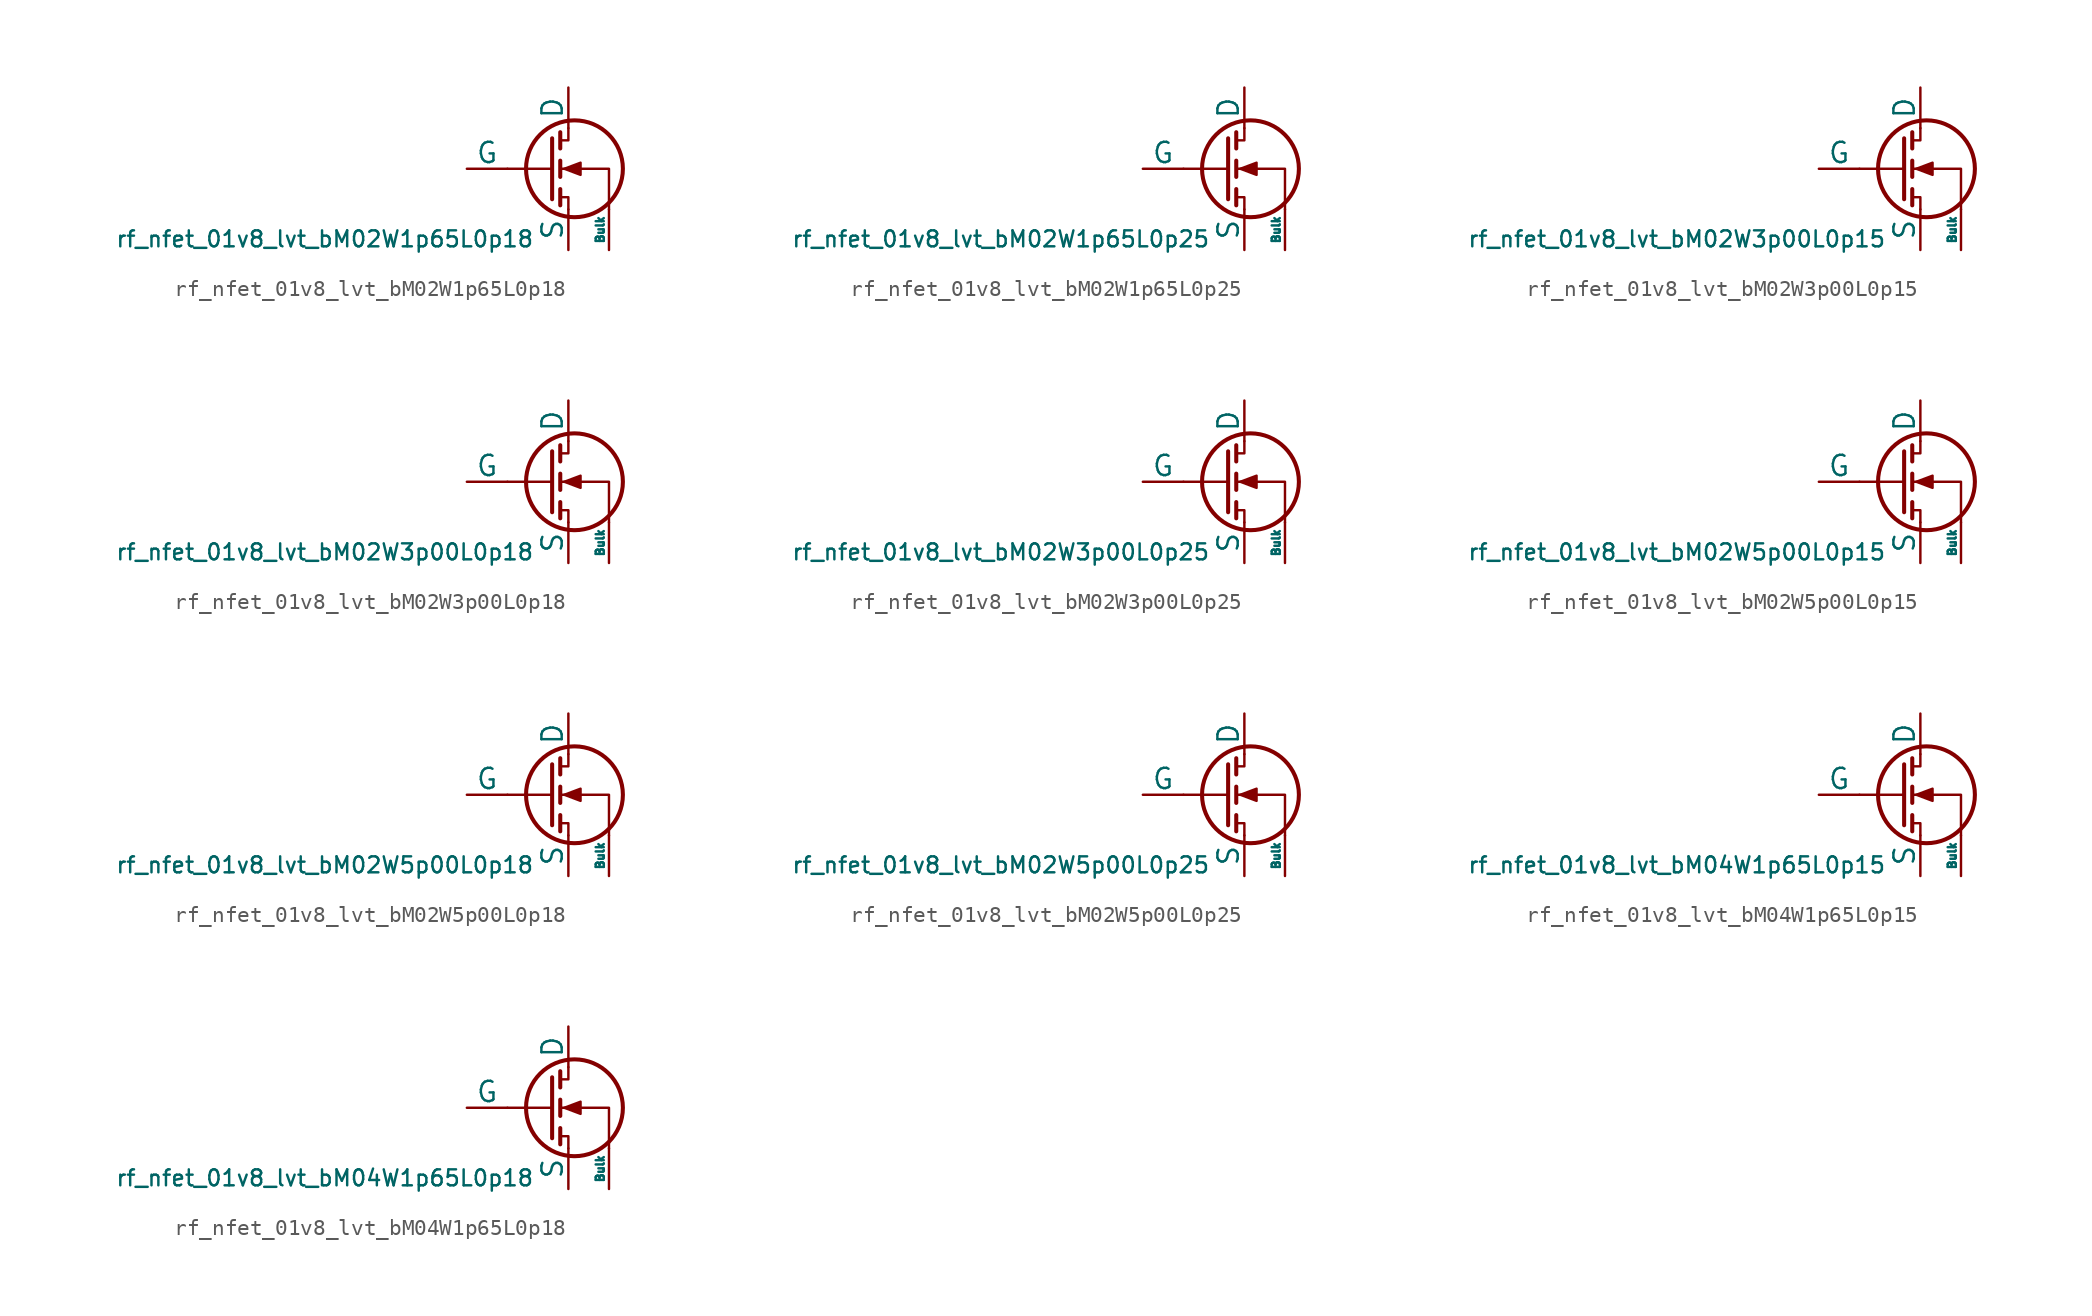
<source format=kicad_sym>
(kicad_symbol_lib
  (version 20211014)
  (generator pdk2kicad)
  (symbol "rf_nfet_01v8_lvt_bM02W1p65L0p18"
    (pin_numbers hide)
    (pin_names
      (offset 0))
    (property "Reference" "Q"
      (at 0 0 0)
      (effects (font (size 1 1)) hide))
    (property "Value" "rf_nfet_01v8_lvt_bM02W1p65L0p18"
      (at -12.7 -3.81 0)
      (effects (font (size 1 1)) (justify top)))
    (polyline
      (pts (xy 1.524 0) (xy -1.27 0))
      (stroke (width 0) (type default))
      (fill (type none)))
    (polyline
      (pts (xy 1.524 1.905) (xy 1.524 -1.905))
      (stroke (width 0.254) (type default))
      (fill (type none)))
    (polyline
      (pts (xy 2.032 -1.27) (xy 2.032 -2.286))
      (stroke (width 0.254) (type default))
      (fill (type none)))
    (polyline
      (pts (xy 2.032 0.508) (xy 2.032 -0.508))
      (stroke (width 0.254) (type default))
      (fill (type none)))
    (polyline
      (pts (xy 2.032 2.286) (xy 2.032 1.27))
      (stroke (width 0.254) (type default))
      (fill (type none)))
    (polyline
      (pts (xy 2.032 1.778) (xy 2.54 1.778) (xy 2.54 2.54))
      (stroke (width 0) (type default))
      (fill (type none)))
    (polyline
      (pts (xy 2.54 -2.54) (xy 2.54 -1.778) (xy 2.032 -1.778))
      (stroke (width 0) (type default))
      (fill (type none)))
    (polyline
      (pts (xy 5.08 -2.54) (xy 5.08 0) (xy 2.032 0))
      (stroke (width 0) (type default))
      (fill (type none)))
    (polyline
      (pts (xy 2.286 0) (xy 3.302 0.381) (xy 3.302 -0.381) (xy 2.286 0))
      (stroke (width 0) (type default))
      (fill (type outline)))
    (circle
      (center 2.921 0)
      (radius 3.029)
      (stroke (width 0.254) (type default))
      (fill (type none)))
    (pin passive line
      (at 2.54 5.08 270)
      (length 2.54)
      (name "D" (effects (font (size 1.27 1.27))))
      (number "1" (effects (font (size 1.27 1.27)))))
    (pin input line
      (at -3.81 0 0)
      (length 2.54)
      (name "G" (effects (font (size 1.27 1.27))))
      (number "2" (effects (font (size 1.27 1.27)))))
    (pin passive line
      (at 2.54 -5.08 90)
      (length 2.54)
      (name "S" (effects (font (size 1.27 1.27))))
      (number "3" (effects (font (size 1.27 1.27)))))
    (pin input line
      (at 5.08 -5.08 90)
      (length 2.54)
      (name "Bulk" (effects (font (size 0.508 0.508))))
      (number "4" (effects (font (size 1.27 1.27))))))
  (symbol "rf_nfet_01v8_lvt_bM02W1p65L0p25"
    (pin_numbers hide)
    (pin_names
      (offset 0))
    (property "Reference" "Q"
      (at 0 0 0)
      (effects (font (size 1 1)) hide))
    (property "Value" "rf_nfet_01v8_lvt_bM02W1p65L0p25"
      (at -12.7 -3.81 0)
      (effects (font (size 1 1)) (justify top)))
    (polyline
      (pts (xy 1.524 0) (xy -1.27 0))
      (stroke (width 0) (type default))
      (fill (type none)))
    (polyline
      (pts (xy 1.524 1.905) (xy 1.524 -1.905))
      (stroke (width 0.254) (type default))
      (fill (type none)))
    (polyline
      (pts (xy 2.032 -1.27) (xy 2.032 -2.286))
      (stroke (width 0.254) (type default))
      (fill (type none)))
    (polyline
      (pts (xy 2.032 0.508) (xy 2.032 -0.508))
      (stroke (width 0.254) (type default))
      (fill (type none)))
    (polyline
      (pts (xy 2.032 2.286) (xy 2.032 1.27))
      (stroke (width 0.254) (type default))
      (fill (type none)))
    (polyline
      (pts (xy 2.032 1.778) (xy 2.54 1.778) (xy 2.54 2.54))
      (stroke (width 0) (type default))
      (fill (type none)))
    (polyline
      (pts (xy 2.54 -2.54) (xy 2.54 -1.778) (xy 2.032 -1.778))
      (stroke (width 0) (type default))
      (fill (type none)))
    (polyline
      (pts (xy 5.08 -2.54) (xy 5.08 0) (xy 2.032 0))
      (stroke (width 0) (type default))
      (fill (type none)))
    (polyline
      (pts (xy 2.286 0) (xy 3.302 0.381) (xy 3.302 -0.381) (xy 2.286 0))
      (stroke (width 0) (type default))
      (fill (type outline)))
    (circle
      (center 2.921 0)
      (radius 3.029)
      (stroke (width 0.254) (type default))
      (fill (type none)))
    (pin passive line
      (at 2.54 5.08 270)
      (length 2.54)
      (name "D" (effects (font (size 1.27 1.27))))
      (number "1" (effects (font (size 1.27 1.27)))))
    (pin input line
      (at -3.81 0 0)
      (length 2.54)
      (name "G" (effects (font (size 1.27 1.27))))
      (number "2" (effects (font (size 1.27 1.27)))))
    (pin passive line
      (at 2.54 -5.08 90)
      (length 2.54)
      (name "S" (effects (font (size 1.27 1.27))))
      (number "3" (effects (font (size 1.27 1.27)))))
    (pin input line
      (at 5.08 -5.08 90)
      (length 2.54)
      (name "Bulk" (effects (font (size 0.508 0.508))))
      (number "4" (effects (font (size 1.27 1.27))))))
  (symbol "rf_nfet_01v8_lvt_bM02W3p00L0p15"
    (pin_numbers hide)
    (pin_names
      (offset 0))
    (property "Reference" "Q"
      (at 0 0 0)
      (effects (font (size 1 1)) hide))
    (property "Value" "rf_nfet_01v8_lvt_bM02W3p00L0p15"
      (at -12.7 -3.81 0)
      (effects (font (size 1 1)) (justify top)))
    (polyline
      (pts (xy 1.524 0) (xy -1.27 0))
      (stroke (width 0) (type default))
      (fill (type none)))
    (polyline
      (pts (xy 1.524 1.905) (xy 1.524 -1.905))
      (stroke (width 0.254) (type default))
      (fill (type none)))
    (polyline
      (pts (xy 2.032 -1.27) (xy 2.032 -2.286))
      (stroke (width 0.254) (type default))
      (fill (type none)))
    (polyline
      (pts (xy 2.032 0.508) (xy 2.032 -0.508))
      (stroke (width 0.254) (type default))
      (fill (type none)))
    (polyline
      (pts (xy 2.032 2.286) (xy 2.032 1.27))
      (stroke (width 0.254) (type default))
      (fill (type none)))
    (polyline
      (pts (xy 2.032 1.778) (xy 2.54 1.778) (xy 2.54 2.54))
      (stroke (width 0) (type default))
      (fill (type none)))
    (polyline
      (pts (xy 2.54 -2.54) (xy 2.54 -1.778) (xy 2.032 -1.778))
      (stroke (width 0) (type default))
      (fill (type none)))
    (polyline
      (pts (xy 5.08 -2.54) (xy 5.08 0) (xy 2.032 0))
      (stroke (width 0) (type default))
      (fill (type none)))
    (polyline
      (pts (xy 2.286 0) (xy 3.302 0.381) (xy 3.302 -0.381) (xy 2.286 0))
      (stroke (width 0) (type default))
      (fill (type outline)))
    (circle
      (center 2.921 0)
      (radius 3.029)
      (stroke (width 0.254) (type default))
      (fill (type none)))
    (pin passive line
      (at 2.54 5.08 270)
      (length 2.54)
      (name "D" (effects (font (size 1.27 1.27))))
      (number "1" (effects (font (size 1.27 1.27)))))
    (pin input line
      (at -3.81 0 0)
      (length 2.54)
      (name "G" (effects (font (size 1.27 1.27))))
      (number "2" (effects (font (size 1.27 1.27)))))
    (pin passive line
      (at 2.54 -5.08 90)
      (length 2.54)
      (name "S" (effects (font (size 1.27 1.27))))
      (number "3" (effects (font (size 1.27 1.27)))))
    (pin input line
      (at 5.08 -5.08 90)
      (length 2.54)
      (name "Bulk" (effects (font (size 0.508 0.508))))
      (number "4" (effects (font (size 1.27 1.27))))))
  (symbol "rf_nfet_01v8_lvt_bM02W3p00L0p18"
    (pin_numbers hide)
    (pin_names
      (offset 0))
    (property "Reference" "Q"
      (at 0 0 0)
      (effects (font (size 1 1)) hide))
    (property "Value" "rf_nfet_01v8_lvt_bM02W3p00L0p18"
      (at -12.7 -3.81 0)
      (effects (font (size 1 1)) (justify top)))
    (polyline
      (pts (xy 1.524 0) (xy -1.27 0))
      (stroke (width 0) (type default))
      (fill (type none)))
    (polyline
      (pts (xy 1.524 1.905) (xy 1.524 -1.905))
      (stroke (width 0.254) (type default))
      (fill (type none)))
    (polyline
      (pts (xy 2.032 -1.27) (xy 2.032 -2.286))
      (stroke (width 0.254) (type default))
      (fill (type none)))
    (polyline
      (pts (xy 2.032 0.508) (xy 2.032 -0.508))
      (stroke (width 0.254) (type default))
      (fill (type none)))
    (polyline
      (pts (xy 2.032 2.286) (xy 2.032 1.27))
      (stroke (width 0.254) (type default))
      (fill (type none)))
    (polyline
      (pts (xy 2.032 1.778) (xy 2.54 1.778) (xy 2.54 2.54))
      (stroke (width 0) (type default))
      (fill (type none)))
    (polyline
      (pts (xy 2.54 -2.54) (xy 2.54 -1.778) (xy 2.032 -1.778))
      (stroke (width 0) (type default))
      (fill (type none)))
    (polyline
      (pts (xy 5.08 -2.54) (xy 5.08 0) (xy 2.032 0))
      (stroke (width 0) (type default))
      (fill (type none)))
    (polyline
      (pts (xy 2.286 0) (xy 3.302 0.381) (xy 3.302 -0.381) (xy 2.286 0))
      (stroke (width 0) (type default))
      (fill (type outline)))
    (circle
      (center 2.921 0)
      (radius 3.029)
      (stroke (width 0.254) (type default))
      (fill (type none)))
    (pin passive line
      (at 2.54 5.08 270)
      (length 2.54)
      (name "D" (effects (font (size 1.27 1.27))))
      (number "1" (effects (font (size 1.27 1.27)))))
    (pin input line
      (at -3.81 0 0)
      (length 2.54)
      (name "G" (effects (font (size 1.27 1.27))))
      (number "2" (effects (font (size 1.27 1.27)))))
    (pin passive line
      (at 2.54 -5.08 90)
      (length 2.54)
      (name "S" (effects (font (size 1.27 1.27))))
      (number "3" (effects (font (size 1.27 1.27)))))
    (pin input line
      (at 5.08 -5.08 90)
      (length 2.54)
      (name "Bulk" (effects (font (size 0.508 0.508))))
      (number "4" (effects (font (size 1.27 1.27))))))
  (symbol "rf_nfet_01v8_lvt_bM02W3p00L0p25"
    (pin_numbers hide)
    (pin_names
      (offset 0))
    (property "Reference" "Q"
      (at 0 0 0)
      (effects (font (size 1 1)) hide))
    (property "Value" "rf_nfet_01v8_lvt_bM02W3p00L0p25"
      (at -12.7 -3.81 0)
      (effects (font (size 1 1)) (justify top)))
    (polyline
      (pts (xy 1.524 0) (xy -1.27 0))
      (stroke (width 0) (type default))
      (fill (type none)))
    (polyline
      (pts (xy 1.524 1.905) (xy 1.524 -1.905))
      (stroke (width 0.254) (type default))
      (fill (type none)))
    (polyline
      (pts (xy 2.032 -1.27) (xy 2.032 -2.286))
      (stroke (width 0.254) (type default))
      (fill (type none)))
    (polyline
      (pts (xy 2.032 0.508) (xy 2.032 -0.508))
      (stroke (width 0.254) (type default))
      (fill (type none)))
    (polyline
      (pts (xy 2.032 2.286) (xy 2.032 1.27))
      (stroke (width 0.254) (type default))
      (fill (type none)))
    (polyline
      (pts (xy 2.032 1.778) (xy 2.54 1.778) (xy 2.54 2.54))
      (stroke (width 0) (type default))
      (fill (type none)))
    (polyline
      (pts (xy 2.54 -2.54) (xy 2.54 -1.778) (xy 2.032 -1.778))
      (stroke (width 0) (type default))
      (fill (type none)))
    (polyline
      (pts (xy 5.08 -2.54) (xy 5.08 0) (xy 2.032 0))
      (stroke (width 0) (type default))
      (fill (type none)))
    (polyline
      (pts (xy 2.286 0) (xy 3.302 0.381) (xy 3.302 -0.381) (xy 2.286 0))
      (stroke (width 0) (type default))
      (fill (type outline)))
    (circle
      (center 2.921 0)
      (radius 3.029)
      (stroke (width 0.254) (type default))
      (fill (type none)))
    (pin passive line
      (at 2.54 5.08 270)
      (length 2.54)
      (name "D" (effects (font (size 1.27 1.27))))
      (number "1" (effects (font (size 1.27 1.27)))))
    (pin input line
      (at -3.81 0 0)
      (length 2.54)
      (name "G" (effects (font (size 1.27 1.27))))
      (number "2" (effects (font (size 1.27 1.27)))))
    (pin passive line
      (at 2.54 -5.08 90)
      (length 2.54)
      (name "S" (effects (font (size 1.27 1.27))))
      (number "3" (effects (font (size 1.27 1.27)))))
    (pin input line
      (at 5.08 -5.08 90)
      (length 2.54)
      (name "Bulk" (effects (font (size 0.508 0.508))))
      (number "4" (effects (font (size 1.27 1.27))))))
  (symbol "rf_nfet_01v8_lvt_bM02W5p00L0p15"
    (pin_numbers hide)
    (pin_names
      (offset 0))
    (property "Reference" "Q"
      (at 0 0 0)
      (effects (font (size 1 1)) hide))
    (property "Value" "rf_nfet_01v8_lvt_bM02W5p00L0p15"
      (at -12.7 -3.81 0)
      (effects (font (size 1 1)) (justify top)))
    (polyline
      (pts (xy 1.524 0) (xy -1.27 0))
      (stroke (width 0) (type default))
      (fill (type none)))
    (polyline
      (pts (xy 1.524 1.905) (xy 1.524 -1.905))
      (stroke (width 0.254) (type default))
      (fill (type none)))
    (polyline
      (pts (xy 2.032 -1.27) (xy 2.032 -2.286))
      (stroke (width 0.254) (type default))
      (fill (type none)))
    (polyline
      (pts (xy 2.032 0.508) (xy 2.032 -0.508))
      (stroke (width 0.254) (type default))
      (fill (type none)))
    (polyline
      (pts (xy 2.032 2.286) (xy 2.032 1.27))
      (stroke (width 0.254) (type default))
      (fill (type none)))
    (polyline
      (pts (xy 2.032 1.778) (xy 2.54 1.778) (xy 2.54 2.54))
      (stroke (width 0) (type default))
      (fill (type none)))
    (polyline
      (pts (xy 2.54 -2.54) (xy 2.54 -1.778) (xy 2.032 -1.778))
      (stroke (width 0) (type default))
      (fill (type none)))
    (polyline
      (pts (xy 5.08 -2.54) (xy 5.08 0) (xy 2.032 0))
      (stroke (width 0) (type default))
      (fill (type none)))
    (polyline
      (pts (xy 2.286 0) (xy 3.302 0.381) (xy 3.302 -0.381) (xy 2.286 0))
      (stroke (width 0) (type default))
      (fill (type outline)))
    (circle
      (center 2.921 0)
      (radius 3.029)
      (stroke (width 0.254) (type default))
      (fill (type none)))
    (pin passive line
      (at 2.54 5.08 270)
      (length 2.54)
      (name "D" (effects (font (size 1.27 1.27))))
      (number "1" (effects (font (size 1.27 1.27)))))
    (pin input line
      (at -3.81 0 0)
      (length 2.54)
      (name "G" (effects (font (size 1.27 1.27))))
      (number "2" (effects (font (size 1.27 1.27)))))
    (pin passive line
      (at 2.54 -5.08 90)
      (length 2.54)
      (name "S" (effects (font (size 1.27 1.27))))
      (number "3" (effects (font (size 1.27 1.27)))))
    (pin input line
      (at 5.08 -5.08 90)
      (length 2.54)
      (name "Bulk" (effects (font (size 0.508 0.508))))
      (number "4" (effects (font (size 1.27 1.27))))))
  (symbol "rf_nfet_01v8_lvt_bM02W5p00L0p18"
    (pin_numbers hide)
    (pin_names
      (offset 0))
    (property "Reference" "Q"
      (at 0 0 0)
      (effects (font (size 1 1)) hide))
    (property "Value" "rf_nfet_01v8_lvt_bM02W5p00L0p18"
      (at -12.7 -3.81 0)
      (effects (font (size 1 1)) (justify top)))
    (polyline
      (pts (xy 1.524 0) (xy -1.27 0))
      (stroke (width 0) (type default))
      (fill (type none)))
    (polyline
      (pts (xy 1.524 1.905) (xy 1.524 -1.905))
      (stroke (width 0.254) (type default))
      (fill (type none)))
    (polyline
      (pts (xy 2.032 -1.27) (xy 2.032 -2.286))
      (stroke (width 0.254) (type default))
      (fill (type none)))
    (polyline
      (pts (xy 2.032 0.508) (xy 2.032 -0.508))
      (stroke (width 0.254) (type default))
      (fill (type none)))
    (polyline
      (pts (xy 2.032 2.286) (xy 2.032 1.27))
      (stroke (width 0.254) (type default))
      (fill (type none)))
    (polyline
      (pts (xy 2.032 1.778) (xy 2.54 1.778) (xy 2.54 2.54))
      (stroke (width 0) (type default))
      (fill (type none)))
    (polyline
      (pts (xy 2.54 -2.54) (xy 2.54 -1.778) (xy 2.032 -1.778))
      (stroke (width 0) (type default))
      (fill (type none)))
    (polyline
      (pts (xy 5.08 -2.54) (xy 5.08 0) (xy 2.032 0))
      (stroke (width 0) (type default))
      (fill (type none)))
    (polyline
      (pts (xy 2.286 0) (xy 3.302 0.381) (xy 3.302 -0.381) (xy 2.286 0))
      (stroke (width 0) (type default))
      (fill (type outline)))
    (circle
      (center 2.921 0)
      (radius 3.029)
      (stroke (width 0.254) (type default))
      (fill (type none)))
    (pin passive line
      (at 2.54 5.08 270)
      (length 2.54)
      (name "D" (effects (font (size 1.27 1.27))))
      (number "1" (effects (font (size 1.27 1.27)))))
    (pin input line
      (at -3.81 0 0)
      (length 2.54)
      (name "G" (effects (font (size 1.27 1.27))))
      (number "2" (effects (font (size 1.27 1.27)))))
    (pin passive line
      (at 2.54 -5.08 90)
      (length 2.54)
      (name "S" (effects (font (size 1.27 1.27))))
      (number "3" (effects (font (size 1.27 1.27)))))
    (pin input line
      (at 5.08 -5.08 90)
      (length 2.54)
      (name "Bulk" (effects (font (size 0.508 0.508))))
      (number "4" (effects (font (size 1.27 1.27))))))
  (symbol "rf_nfet_01v8_lvt_bM02W5p00L0p25"
    (pin_numbers hide)
    (pin_names
      (offset 0))
    (property "Reference" "Q"
      (at 0 0 0)
      (effects (font (size 1 1)) hide))
    (property "Value" "rf_nfet_01v8_lvt_bM02W5p00L0p25"
      (at -12.7 -3.81 0)
      (effects (font (size 1 1)) (justify top)))
    (polyline
      (pts (xy 1.524 0) (xy -1.27 0))
      (stroke (width 0) (type default))
      (fill (type none)))
    (polyline
      (pts (xy 1.524 1.905) (xy 1.524 -1.905))
      (stroke (width 0.254) (type default))
      (fill (type none)))
    (polyline
      (pts (xy 2.032 -1.27) (xy 2.032 -2.286))
      (stroke (width 0.254) (type default))
      (fill (type none)))
    (polyline
      (pts (xy 2.032 0.508) (xy 2.032 -0.508))
      (stroke (width 0.254) (type default))
      (fill (type none)))
    (polyline
      (pts (xy 2.032 2.286) (xy 2.032 1.27))
      (stroke (width 0.254) (type default))
      (fill (type none)))
    (polyline
      (pts (xy 2.032 1.778) (xy 2.54 1.778) (xy 2.54 2.54))
      (stroke (width 0) (type default))
      (fill (type none)))
    (polyline
      (pts (xy 2.54 -2.54) (xy 2.54 -1.778) (xy 2.032 -1.778))
      (stroke (width 0) (type default))
      (fill (type none)))
    (polyline
      (pts (xy 5.08 -2.54) (xy 5.08 0) (xy 2.032 0))
      (stroke (width 0) (type default))
      (fill (type none)))
    (polyline
      (pts (xy 2.286 0) (xy 3.302 0.381) (xy 3.302 -0.381) (xy 2.286 0))
      (stroke (width 0) (type default))
      (fill (type outline)))
    (circle
      (center 2.921 0)
      (radius 3.029)
      (stroke (width 0.254) (type default))
      (fill (type none)))
    (pin passive line
      (at 2.54 5.08 270)
      (length 2.54)
      (name "D" (effects (font (size 1.27 1.27))))
      (number "1" (effects (font (size 1.27 1.27)))))
    (pin input line
      (at -3.81 0 0)
      (length 2.54)
      (name "G" (effects (font (size 1.27 1.27))))
      (number "2" (effects (font (size 1.27 1.27)))))
    (pin passive line
      (at 2.54 -5.08 90)
      (length 2.54)
      (name "S" (effects (font (size 1.27 1.27))))
      (number "3" (effects (font (size 1.27 1.27)))))
    (pin input line
      (at 5.08 -5.08 90)
      (length 2.54)
      (name "Bulk" (effects (font (size 0.508 0.508))))
      (number "4" (effects (font (size 1.27 1.27))))))
  (symbol "rf_nfet_01v8_lvt_bM04W1p65L0p15"
    (pin_numbers hide)
    (pin_names
      (offset 0))
    (property "Reference" "Q"
      (at 0 0 0)
      (effects (font (size 1 1)) hide))
    (property "Value" "rf_nfet_01v8_lvt_bM04W1p65L0p15"
      (at -12.7 -3.81 0)
      (effects (font (size 1 1)) (justify top)))
    (polyline
      (pts (xy 1.524 0) (xy -1.27 0))
      (stroke (width 0) (type default))
      (fill (type none)))
    (polyline
      (pts (xy 1.524 1.905) (xy 1.524 -1.905))
      (stroke (width 0.254) (type default))
      (fill (type none)))
    (polyline
      (pts (xy 2.032 -1.27) (xy 2.032 -2.286))
      (stroke (width 0.254) (type default))
      (fill (type none)))
    (polyline
      (pts (xy 2.032 0.508) (xy 2.032 -0.508))
      (stroke (width 0.254) (type default))
      (fill (type none)))
    (polyline
      (pts (xy 2.032 2.286) (xy 2.032 1.27))
      (stroke (width 0.254) (type default))
      (fill (type none)))
    (polyline
      (pts (xy 2.032 1.778) (xy 2.54 1.778) (xy 2.54 2.54))
      (stroke (width 0) (type default))
      (fill (type none)))
    (polyline
      (pts (xy 2.54 -2.54) (xy 2.54 -1.778) (xy 2.032 -1.778))
      (stroke (width 0) (type default))
      (fill (type none)))
    (polyline
      (pts (xy 5.08 -2.54) (xy 5.08 0) (xy 2.032 0))
      (stroke (width 0) (type default))
      (fill (type none)))
    (polyline
      (pts (xy 2.286 0) (xy 3.302 0.381) (xy 3.302 -0.381) (xy 2.286 0))
      (stroke (width 0) (type default))
      (fill (type outline)))
    (circle
      (center 2.921 0)
      (radius 3.029)
      (stroke (width 0.254) (type default))
      (fill (type none)))
    (pin passive line
      (at 2.54 5.08 270)
      (length 2.54)
      (name "D" (effects (font (size 1.27 1.27))))
      (number "1" (effects (font (size 1.27 1.27)))))
    (pin input line
      (at -3.81 0 0)
      (length 2.54)
      (name "G" (effects (font (size 1.27 1.27))))
      (number "2" (effects (font (size 1.27 1.27)))))
    (pin passive line
      (at 2.54 -5.08 90)
      (length 2.54)
      (name "S" (effects (font (size 1.27 1.27))))
      (number "3" (effects (font (size 1.27 1.27)))))
    (pin input line
      (at 5.08 -5.08 90)
      (length 2.54)
      (name "Bulk" (effects (font (size 0.508 0.508))))
      (number "4" (effects (font (size 1.27 1.27))))))
  (symbol "rf_nfet_01v8_lvt_bM04W1p65L0p18"
    (pin_numbers hide)
    (pin_names
      (offset 0))
    (property "Reference" "Q"
      (at 0 0 0)
      (effects (font (size 1 1)) hide))
    (property "Value" "rf_nfet_01v8_lvt_bM04W1p65L0p18"
      (at -12.7 -3.81 0)
      (effects (font (size 1 1)) (justify top)))
    (polyline
      (pts (xy 1.524 0) (xy -1.27 0))
      (stroke (width 0) (type default))
      (fill (type none)))
    (polyline
      (pts (xy 1.524 1.905) (xy 1.524 -1.905))
      (stroke (width 0.254) (type default))
      (fill (type none)))
    (polyline
      (pts (xy 2.032 -1.27) (xy 2.032 -2.286))
      (stroke (width 0.254) (type default))
      (fill (type none)))
    (polyline
      (pts (xy 2.032 0.508) (xy 2.032 -0.508))
      (stroke (width 0.254) (type default))
      (fill (type none)))
    (polyline
      (pts (xy 2.032 2.286) (xy 2.032 1.27))
      (stroke (width 0.254) (type default))
      (fill (type none)))
    (polyline
      (pts (xy 2.032 1.778) (xy 2.54 1.778) (xy 2.54 2.54))
      (stroke (width 0) (type default))
      (fill (type none)))
    (polyline
      (pts (xy 2.54 -2.54) (xy 2.54 -1.778) (xy 2.032 -1.778))
      (stroke (width 0) (type default))
      (fill (type none)))
    (polyline
      (pts (xy 5.08 -2.54) (xy 5.08 0) (xy 2.032 0))
      (stroke (width 0) (type default))
      (fill (type none)))
    (polyline
      (pts (xy 2.286 0) (xy 3.302 0.381) (xy 3.302 -0.381) (xy 2.286 0))
      (stroke (width 0) (type default))
      (fill (type outline)))
    (circle
      (center 2.921 0)
      (radius 3.029)
      (stroke (width 0.254) (type default))
      (fill (type none)))
    (pin passive line
      (at 2.54 5.08 270)
      (length 2.54)
      (name "D" (effects (font (size 1.27 1.27))))
      (number "1" (effects (font (size 1.27 1.27)))))
    (pin input line
      (at -3.81 0 0)
      (length 2.54)
      (name "G" (effects (font (size 1.27 1.27))))
      (number "2" (effects (font (size 1.27 1.27)))))
    (pin passive line
      (at 2.54 -5.08 90)
      (length 2.54)
      (name "S" (effects (font (size 1.27 1.27))))
      (number "3" (effects (font (size 1.27 1.27)))))
    (pin input line
      (at 5.08 -5.08 90)
      (length 2.54)
      (name "Bulk" (effects (font (size 0.508 0.508))))
      (number "4" (effects (font (size 1.27 1.27)))))))
</source>
